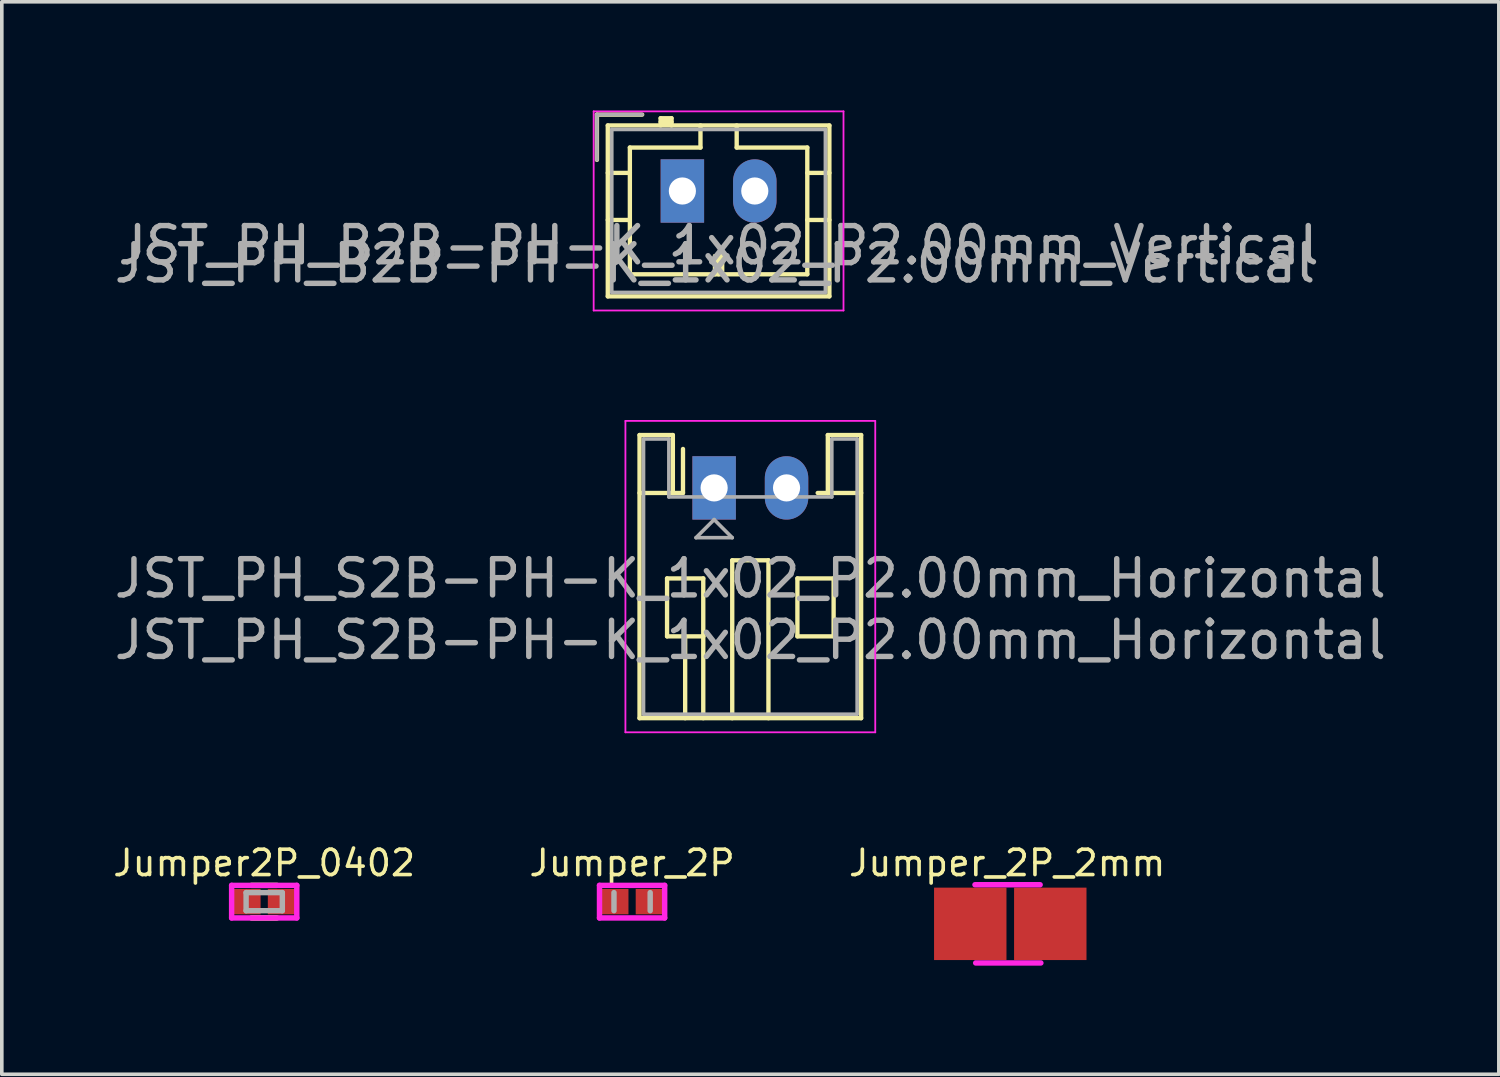
<source format=kicad_pcb>
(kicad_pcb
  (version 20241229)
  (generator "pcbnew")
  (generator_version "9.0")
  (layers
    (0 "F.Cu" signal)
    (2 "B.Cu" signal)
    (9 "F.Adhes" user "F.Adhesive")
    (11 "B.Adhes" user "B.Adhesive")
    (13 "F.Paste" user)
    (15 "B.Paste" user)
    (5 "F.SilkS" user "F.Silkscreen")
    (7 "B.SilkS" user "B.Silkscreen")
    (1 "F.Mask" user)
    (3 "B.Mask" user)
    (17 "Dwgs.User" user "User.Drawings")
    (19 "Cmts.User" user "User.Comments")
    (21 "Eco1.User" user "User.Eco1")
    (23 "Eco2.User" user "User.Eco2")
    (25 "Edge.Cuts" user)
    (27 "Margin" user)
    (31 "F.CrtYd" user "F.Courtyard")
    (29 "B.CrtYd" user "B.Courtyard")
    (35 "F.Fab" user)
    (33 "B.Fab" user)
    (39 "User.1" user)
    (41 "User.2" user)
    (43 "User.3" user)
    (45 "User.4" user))
  (footprint "JST_PH_B2B-PH-K_1x02_P2.00mm_Vertical"
    (layer "F.Cu")
    (at 15.796 2.225)
    (property "Reference" "JST_PH_B2B-PH-K_1x02_P2.00mm_Vertical" (at 0.9 2 0) (layer "F.Fab") (effects (font (size 1 1) (thickness 0.15))))
    (attr through_hole)
    (fp_line (start -2.36 -2.11) (end -2.36 -0.86) (stroke (width 0.12) (type solid)) (layer "F.SilkS"))
    (fp_line (start -2.06 -1.81) (end -2.06 2.91) (stroke (width 0.12) (type solid)) (layer "F.SilkS"))
    (fp_line (start -2.06 -0.5) (end -1.45 -0.5) (stroke (width 0.12) (type solid)) (layer "F.SilkS"))
    (fp_line (start -2.06 0.8) (end -1.45 0.8) (stroke (width 0.12) (type solid)) (layer "F.SilkS"))
    (fp_line (start -2.06 2.91) (end 4.06 2.91) (stroke (width 0.12) (type solid)) (layer "F.SilkS"))
    (fp_line (start -1.45 -1.2) (end -1.45 2.3) (stroke (width 0.12) (type solid)) (layer "F.SilkS"))
    (fp_line (start -1.45 2.3) (end 3.45 2.3) (stroke (width 0.12) (type solid)) (layer "F.SilkS"))
    (fp_line (start -1.11 -2.11) (end -2.36 -2.11) (stroke (width 0.12) (type solid)) (layer "F.SilkS"))
    (fp_line (start -0.6 -2.01) (end -0.6 -1.81) (stroke (width 0.12) (type solid)) (layer "F.SilkS"))
    (fp_line (start -0.3 -2.01) (end -0.6 -2.01) (stroke (width 0.12) (type solid)) (layer "F.SilkS"))
    (fp_line (start -0.3 -1.91) (end -0.6 -1.91) (stroke (width 0.12) (type solid)) (layer "F.SilkS"))
    (fp_line (start -0.3 -1.81) (end -0.3 -2.01) (stroke (width 0.12) (type solid)) (layer "F.SilkS"))
    (fp_line (start 0.5 -1.81) (end 0.5 -1.2) (stroke (width 0.12) (type solid)) (layer "F.SilkS"))
    (fp_line (start 0.5 -1.2) (end -1.45 -1.2) (stroke (width 0.12) (type solid)) (layer "F.SilkS"))
    (fp_line (start 0.9 1.8) (end 1.1 1.8) (stroke (width 0.12) (type solid)) (layer "F.SilkS"))
    (fp_line (start 0.9 2.3) (end 0.9 1.8) (stroke (width 0.12) (type solid)) (layer "F.SilkS"))
    (fp_line (start 1 2.3) (end 1 1.8) (stroke (width 0.12) (type solid)) (layer "F.SilkS"))
    (fp_line (start 1.1 1.8) (end 1.1 2.3) (stroke (width 0.12) (type solid)) (layer "F.SilkS"))
    (fp_line (start 1.5 -1.2) (end 1.5 -1.81) (stroke (width 0.12) (type solid)) (layer "F.SilkS"))
    (fp_line (start 3.45 -1.2) (end 1.5 -1.2) (stroke (width 0.12) (type solid)) (layer "F.SilkS"))
    (fp_line (start 3.45 2.3) (end 3.45 -1.2) (stroke (width 0.12) (type solid)) (layer "F.SilkS"))
    (fp_line (start 4.06 -1.81) (end -2.06 -1.81) (stroke (width 0.12) (type solid)) (layer "F.SilkS"))
    (fp_line (start 4.06 -0.5) (end 3.45 -0.5) (stroke (width 0.12) (type solid)) (layer "F.SilkS"))
    (fp_line (start 4.06 0.8) (end 3.45 0.8) (stroke (width 0.12) (type solid)) (layer "F.SilkS"))
    (fp_line (start 4.06 2.91) (end 4.06 -1.81) (stroke (width 0.12) (type solid)) (layer "F.SilkS"))
    (fp_line (start -2.45 -2.2) (end -2.45 3.3) (stroke (width 0.05) (type solid)) (layer "F.CrtYd"))
    (fp_line (start -2.45 3.3) (end 4.45 3.3) (stroke (width 0.05) (type solid)) (layer "F.CrtYd"))
    (fp_line (start 4.45 -2.2) (end -2.45 -2.2) (stroke (width 0.05) (type solid)) (layer "F.CrtYd"))
    (fp_line (start 4.45 3.3) (end 4.45 -2.2) (stroke (width 0.05) (type solid)) (layer "F.CrtYd"))
    (fp_line (start -2.36 -2.11) (end -2.36 -0.86) (stroke (width 0.1) (type solid)) (layer "F.Fab"))
    (fp_line (start -1.95 -1.7) (end -1.95 2.8) (stroke (width 0.1) (type solid)) (layer "F.Fab"))
    (fp_line (start -1.95 2.8) (end 3.95 2.8) (stroke (width 0.1) (type solid)) (layer "F.Fab"))
    (fp_line (start -1.11 -2.11) (end -2.36 -2.11) (stroke (width 0.1) (type solid)) (layer "F.Fab"))
    (fp_line (start 3.95 -1.7) (end -1.95 -1.7) (stroke (width 0.1) (type solid)) (layer "F.Fab"))
    (fp_line (start 3.95 2.8) (end 3.95 -1.7) (stroke (width 0.1) (type solid)) (layer "F.Fab"))
    (fp_text user "${REFERENCE}" (at 1 1.5 0) (layer "F.Fab") (effects (font (size 1 1) (thickness 0.15))))
    (pad "1" thru_hole rect (at 0 0) (size 1.2 1.75) (drill 0.75) (layers "*.Cu" "*.Mask"))
    (pad "2" thru_hole oval (at 2 0) (size 1.2 1.75) (drill 0.75) (layers "*.Cu" "*.Mask")))
  (footprint "Jumper2P_0402"
    (layer "F.Cu")
    (at 4.247 21.852)
    (property "Reference" "Jumper2P_0402" (at 0 -1.067 0) (layer "F.SilkS") (effects (font (size 0.7 0.7) (thickness 0.1))))
    (attr smd)
    (fp_line (start -0.35 -0.45) (end 0.35 -0.45) (stroke (width 0.15) (type solid)) (layer "F.SilkS"))
    (fp_line (start -0.35 0.45) (end 0.35 0.45) (stroke (width 0.15) (type solid)) (layer "F.SilkS"))
    (fp_line (start -0.9 -0.45) (end 0.9 -0.45) (stroke (width 0.15) (type solid)) (layer "F.CrtYd"))
    (fp_line (start -0.9 0.45) (end -0.9 -0.45) (stroke (width 0.15) (type solid)) (layer "F.CrtYd"))
    (fp_line (start 0.9 -0.45) (end 0.9 0.45) (stroke (width 0.15) (type solid)) (layer "F.CrtYd"))
    (fp_line (start 0.9 0.45) (end -0.9 0.45) (stroke (width 0.15) (type solid)) (layer "F.CrtYd"))
    (fp_line (start -0.5 -0.25) (end 0.5 -0.25) (stroke (width 0.15) (type solid)) (layer "F.Fab"))
    (fp_line (start -0.5 0.25) (end -0.5 -0.25) (stroke (width 0.15) (type solid)) (layer "F.Fab"))
    (fp_line (start 0.5 -0.25) (end 0.5 0.25) (stroke (width 0.15) (type solid)) (layer "F.Fab"))
    (fp_line (start 0.5 0.25) (end -0.5 0.25) (stroke (width 0.15) (type solid)) (layer "F.Fab"))
    (pad "1" smd rect (at -0.5 0) (size 0.8 0.7) (layers "F.Cu" "F.Mask"))
    (pad "2" smd rect (at 0.5 0) (size 0.8 0.7) (layers "F.Cu" "F.Mask")))
  (footprint "Jumper_2P"
    (layer "F.Cu")
    (at 14.407 21.852)
    (property "Reference" "Jumper_2P" (at 0 -1.067 0) (layer "F.SilkS") (effects (font (size 0.7 0.7) (thickness 0.1))))
    (attr smd)
    (fp_line (start -0.9 -0.45) (end 0.9 -0.45) (stroke (width 0.15) (type solid)) (layer "F.CrtYd"))
    (fp_line (start -0.9 0.45) (end -0.9 -0.45) (stroke (width 0.15) (type solid)) (layer "F.CrtYd"))
    (fp_line (start 0.9 -0.45) (end 0.9 0.45) (stroke (width 0.15) (type solid)) (layer "F.CrtYd"))
    (fp_line (start 0.9 0.45) (end -0.9 0.45) (stroke (width 0.15) (type solid)) (layer "F.CrtYd"))
    (fp_line (start -0.5 0.25) (end -0.5 -0.25) (stroke (width 0.15) (type solid)) (layer "F.Fab"))
    (fp_line (start 0.5 -0.25) (end 0.5 0.25) (stroke (width 0.15) (type solid)) (layer "F.Fab"))
    (pad "1" smd rect (at -0.5 0) (size 0.8 0.7) (layers "F.Cu" "F.Mask"))
    (pad "2" smd rect (at 0.5 0) (size 0.8 0.7) (layers "F.Cu" "F.Mask")))
  (footprint "JST_PH_S2B-PH-K_1x02_P2.00mm_Horizontal"
    (layer "F.Cu")
    (at 16.673 10.425)
    (property "Reference" "JST_PH_S2B-PH-K_1x02_P2.00mm_Horizontal" (at 1 4.2 0) (layer "F.Fab") (effects (font (size 1 1) (thickness 0.15))))
    (attr through_hole)
    (fp_line (start -2.06 -1.46) (end -2.06 6.36) (stroke (width 0.12) (type solid)) (layer "F.SilkS"))
    (fp_line (start -2.06 0.14) (end -1.14 0.14) (stroke (width 0.12) (type solid)) (layer "F.SilkS"))
    (fp_line (start -2.06 6.36) (end 4.06 6.36) (stroke (width 0.12) (type solid)) (layer "F.SilkS"))
    (fp_line (start -1.3 2.5) (end -1.3 4.1) (stroke (width 0.12) (type solid)) (layer "F.SilkS"))
    (fp_line (start -1.3 4.1) (end -0.3 4.1) (stroke (width 0.12) (type solid)) (layer "F.SilkS"))
    (fp_line (start -1.14 -1.46) (end -2.06 -1.46) (stroke (width 0.12) (type solid)) (layer "F.SilkS"))
    (fp_line (start -1.14 0.14) (end -1.14 -1.46) (stroke (width 0.12) (type solid)) (layer "F.SilkS"))
    (fp_line (start -0.86 0.14) (end -1.14 0.14) (stroke (width 0.12) (type solid)) (layer "F.SilkS"))
    (fp_line (start -0.86 0.14) (end -0.86 -1.075) (stroke (width 0.12) (type solid)) (layer "F.SilkS"))
    (fp_line (start -0.8 4.1) (end -0.8 6.36) (stroke (width 0.12) (type solid)) (layer "F.SilkS"))
    (fp_line (start -0.3 2.5) (end -1.3 2.5) (stroke (width 0.12) (type solid)) (layer "F.SilkS"))
    (fp_line (start -0.3 4.1) (end -0.3 2.5) (stroke (width 0.12) (type solid)) (layer "F.SilkS"))
    (fp_line (start -0.3 4.1) (end -0.3 6.36) (stroke (width 0.12) (type solid)) (layer "F.SilkS"))
    (fp_line (start 0.5 2) (end 1.5 2) (stroke (width 0.12) (type solid)) (layer "F.SilkS"))
    (fp_line (start 0.5 6.36) (end 0.5 2) (stroke (width 0.12) (type solid)) (layer "F.SilkS"))
    (fp_line (start 1.5 2) (end 1.5 6.36) (stroke (width 0.12) (type solid)) (layer "F.SilkS"))
    (fp_line (start 2.3 2.5) (end 3.3 2.5) (stroke (width 0.12) (type solid)) (layer "F.SilkS"))
    (fp_line (start 2.3 4.1) (end 2.3 2.5) (stroke (width 0.12) (type solid)) (layer "F.SilkS"))
    (fp_line (start 3.14 -1.46) (end 3.14 0.14) (stroke (width 0.12) (type solid)) (layer "F.SilkS"))
    (fp_line (start 3.14 0.14) (end 2.86 0.14) (stroke (width 0.12) (type solid)) (layer "F.SilkS"))
    (fp_line (start 3.3 2.5) (end 3.3 4.1) (stroke (width 0.12) (type solid)) (layer "F.SilkS"))
    (fp_line (start 3.3 4.1) (end 2.3 4.1) (stroke (width 0.12) (type solid)) (layer "F.SilkS"))
    (fp_line (start 4.06 -1.46) (end 3.14 -1.46) (stroke (width 0.12) (type solid)) (layer "F.SilkS"))
    (fp_line (start 4.06 0.14) (end 3.14 0.14) (stroke (width 0.12) (type solid)) (layer "F.SilkS"))
    (fp_line (start 4.06 6.36) (end 4.06 -1.46) (stroke (width 0.12) (type solid)) (layer "F.SilkS"))
    (fp_line (start -2.45 -1.85) (end -2.45 6.75) (stroke (width 0.05) (type solid)) (layer "F.CrtYd"))
    (fp_line (start -2.45 6.75) (end 4.45 6.75) (stroke (width 0.05) (type solid)) (layer "F.CrtYd"))
    (fp_line (start 4.45 -1.85) (end -2.45 -1.85) (stroke (width 0.05) (type solid)) (layer "F.CrtYd"))
    (fp_line (start 4.45 6.75) (end 4.45 -1.85) (stroke (width 0.05) (type solid)) (layer "F.CrtYd"))
    (fp_line (start -1.95 -1.35) (end -1.95 6.25) (stroke (width 0.1) (type solid)) (layer "F.Fab"))
    (fp_line (start -1.95 6.25) (end 3.95 6.25) (stroke (width 0.1) (type solid)) (layer "F.Fab"))
    (fp_line (start -1.25 -1.35) (end -1.95 -1.35) (stroke (width 0.1) (type solid)) (layer "F.Fab"))
    (fp_line (start -1.25 0.25) (end -1.25 -1.35) (stroke (width 0.1) (type solid)) (layer "F.Fab"))
    (fp_line (start -0.5 1.375) (end 0.5 1.375) (stroke (width 0.1) (type solid)) (layer "F.Fab"))
    (fp_line (start 0 0.875) (end -0.5 1.375) (stroke (width 0.1) (type solid)) (layer "F.Fab"))
    (fp_line (start 0.5 1.375) (end 0 0.875) (stroke (width 0.1) (type solid)) (layer "F.Fab"))
    (fp_line (start 3.25 -1.35) (end 3.25 0.25) (stroke (width 0.1) (type solid)) (layer "F.Fab"))
    (fp_line (start 3.25 0.25) (end -1.25 0.25) (stroke (width 0.1) (type solid)) (layer "F.Fab"))
    (fp_line (start 3.95 -1.35) (end 3.25 -1.35) (stroke (width 0.1) (type solid)) (layer "F.Fab"))
    (fp_line (start 3.95 6.25) (end 3.95 -1.35) (stroke (width 0.1) (type solid)) (layer "F.Fab"))
    (fp_text user "${REFERENCE}" (at 1 2.5 0) (layer "F.Fab") (effects (font (size 1 1) (thickness 0.15))))
    (pad "1" thru_hole rect (at 0 0) (size 1.2 1.75) (drill 0.75) (layers "*.Cu" "*.Mask"))
    (pad "2" thru_hole oval (at 2 0) (size 1.2 1.75) (drill 0.75) (layers "*.Cu" "*.Mask")))
  (footprint "Jumper_2P_2mm"
    (layer "F.Cu")
    (at 24.847 22.455)
    (property "Reference" "Jumper_2P_2mm" (at -0.08 -1.67 0) (layer "F.SilkS") (effects (font (size 0.7 0.7) (thickness 0.1))))
    (attr smd)
    (fp_line (start -0.97 -1.07) (end 0.83 -1.07) (stroke (width 0.15) (type solid)) (layer "F.CrtYd"))
    (fp_line (start 0.85 1.09) (end -0.95 1.09) (stroke (width 0.15) (type solid)) (layer "F.CrtYd"))
    (pad "1" smd rect (at -1.1 0.01) (size 2 2) (layers "F.Cu" "F.Mask"))
    (pad "2" smd rect (at 1.11 0.01) (size 2 2) (layers "F.Cu" "F.Mask")))
  (gr_rect
    (start -3 -3)
    (end 38.345 26.62)
    (stroke (width 0.1) (type default))
    (fill no)
    (layer "Edge.Cuts")))
</source>
